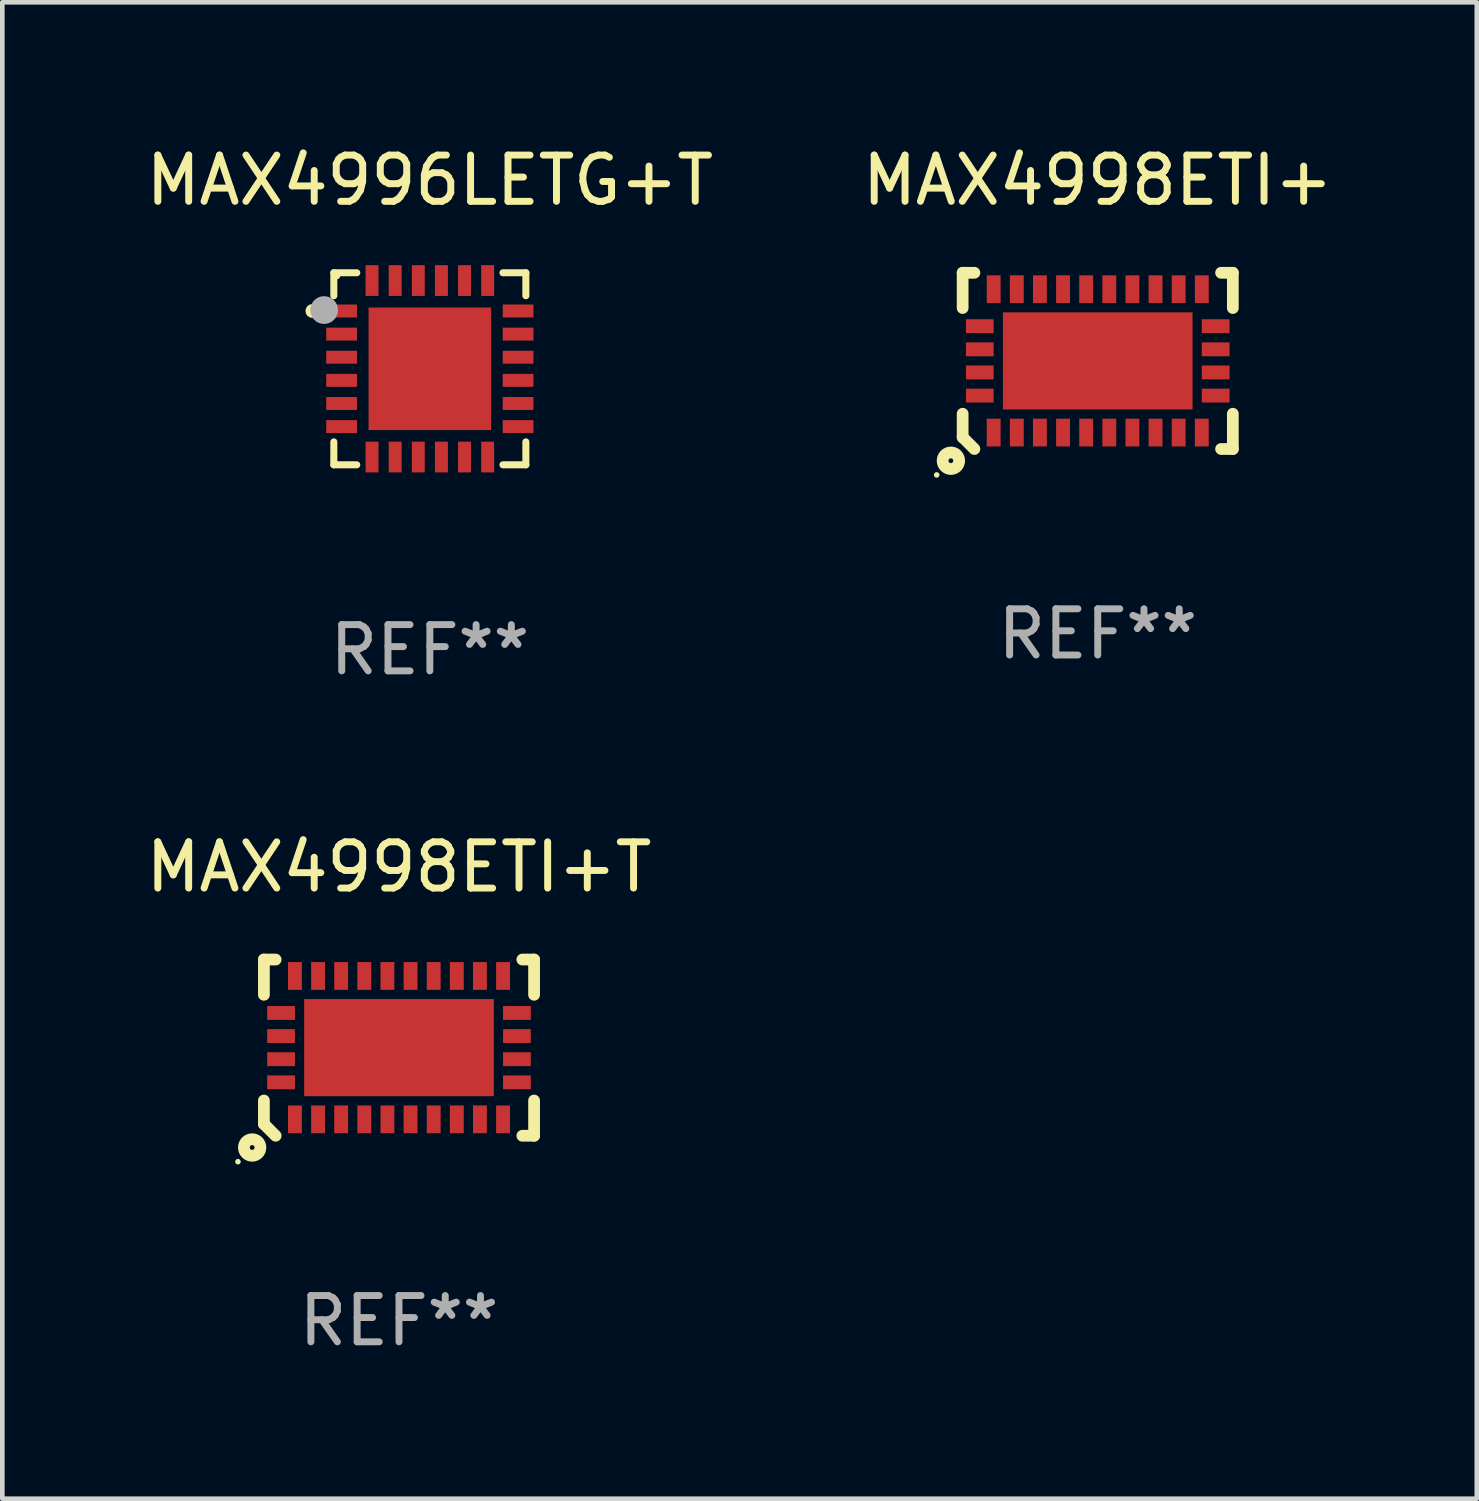
<source format=kicad_pcb>
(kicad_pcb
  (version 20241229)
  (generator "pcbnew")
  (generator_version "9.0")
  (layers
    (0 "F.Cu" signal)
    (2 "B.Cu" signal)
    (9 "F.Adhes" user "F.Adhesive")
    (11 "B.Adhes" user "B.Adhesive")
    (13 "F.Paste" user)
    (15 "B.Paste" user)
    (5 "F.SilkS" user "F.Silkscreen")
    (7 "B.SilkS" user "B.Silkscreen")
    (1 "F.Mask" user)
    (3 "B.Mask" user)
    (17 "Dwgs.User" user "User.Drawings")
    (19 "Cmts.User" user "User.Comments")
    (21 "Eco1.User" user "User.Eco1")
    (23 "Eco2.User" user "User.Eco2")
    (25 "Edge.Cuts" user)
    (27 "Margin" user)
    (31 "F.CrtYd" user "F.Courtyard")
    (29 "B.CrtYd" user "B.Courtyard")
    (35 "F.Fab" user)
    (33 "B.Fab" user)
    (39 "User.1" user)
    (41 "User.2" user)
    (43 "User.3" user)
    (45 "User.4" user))
  (footprint "MAX4998ETI+T"
    (layer "F.Cu")
    (at 5.577 19.602)
    (property "Reference" "MAX4998ETI+T" (at 0 -3.905 0) (layer "F.SilkS") (effects (font (size 1 1) (thickness 0.15))))
    (attr through_hole)
    (fp_line (start -2.921 -1.905) (end -2.667 -1.905) (stroke (width 0.254) (type solid)) (layer "F.SilkS"))
    (fp_line (start -2.921 -1.143) (end -2.921 -1.905) (stroke (width 0.254) (type solid)) (layer "F.SilkS"))
    (fp_line (start -2.921 1.143) (end -2.921 1.651) (stroke (width 0.254) (type solid)) (layer "F.SilkS"))
    (fp_line (start -2.921 1.651) (end -2.667 1.905) (stroke (width 0.254) (type solid)) (layer "F.SilkS"))
    (fp_line (start 2.667 -1.905) (end 2.921 -1.905) (stroke (width 0.254) (type solid)) (layer "F.SilkS"))
    (fp_line (start 2.921 -1.905) (end 2.921 -1.143) (stroke (width 0.254) (type solid)) (layer "F.SilkS"))
    (fp_line (start 2.921 1.143) (end 2.921 1.905) (stroke (width 0.254) (type solid)) (layer "F.SilkS"))
    (fp_line (start 2.921 1.905) (end 2.667 1.905) (stroke (width 0.254) (type solid)) (layer "F.SilkS"))
    (fp_circle (center -3.482 2.466) (end -3.452 2.466) (stroke (width 0.06) (type solid)) (fill no) (layer "F.SilkS"))
    (fp_circle (center -3.175 2.159) (end -2.996 2.159) (stroke (width 0.254) (type solid)) (fill no) (layer "F.SilkS"))
    (fp_text user "REF**" (at 0 5.905 0) (layer "F.Fab") (effects (font (size 1 1) (thickness 0.15))))
    (pad "1" smd rect (at -2.25 1.55) (size 0.3 0.6) (layers "F.Cu" "F.Mask" "F.Paste"))
    (pad "2" smd rect (at -1.75 1.55) (size 0.3 0.6) (layers "F.Cu" "F.Mask" "F.Paste"))
    (pad "3" smd rect (at -1.25 1.55) (size 0.3 0.6) (layers "F.Cu" "F.Mask" "F.Paste"))
    (pad "4" smd rect (at -0.75 1.55) (size 0.3 0.6) (layers "F.Cu" "F.Mask" "F.Paste"))
    (pad "5" smd rect (at -0.25 1.55) (size 0.3 0.6) (layers "F.Cu" "F.Mask" "F.Paste"))
    (pad "6" smd rect (at 0.25 1.55) (size 0.3 0.6) (layers "F.Cu" "F.Mask" "F.Paste"))
    (pad "7" smd rect (at 0.75 1.55) (size 0.3 0.6) (layers "F.Cu" "F.Mask" "F.Paste"))
    (pad "8" smd rect (at 1.25 1.55) (size 0.3 0.6) (layers "F.Cu" "F.Mask" "F.Paste"))
    (pad "9" smd rect (at 1.75 1.55) (size 0.3 0.6) (layers "F.Cu" "F.Mask" "F.Paste"))
    (pad "10" smd rect (at 2.25 1.55) (size 0.3 0.6) (layers "F.Cu" "F.Mask" "F.Paste"))
    (pad "11" smd rect (at 2.55 0.75 90) (size 0.3 0.6) (layers "F.Cu" "F.Mask" "F.Paste"))
    (pad "12" smd rect (at 2.55 0.25 90) (size 0.3 0.6) (layers "F.Cu" "F.Mask" "F.Paste"))
    (pad "13" smd rect (at 2.55 -0.25 90) (size 0.3 0.6) (layers "F.Cu" "F.Mask" "F.Paste"))
    (pad "14" smd rect (at 2.55 -0.75 90) (size 0.3 0.6) (layers "F.Cu" "F.Mask" "F.Paste"))
    (pad "15" smd rect (at 2.25 -1.55) (size 0.3 0.6) (layers "F.Cu" "F.Mask" "F.Paste"))
    (pad "16" smd rect (at 1.75 -1.55) (size 0.3 0.6) (layers "F.Cu" "F.Mask" "F.Paste"))
    (pad "17" smd rect (at 1.25 -1.55) (size 0.3 0.6) (layers "F.Cu" "F.Mask" "F.Paste"))
    (pad "18" smd rect (at 0.75 -1.55) (size 0.3 0.6) (layers "F.Cu" "F.Mask" "F.Paste"))
    (pad "19" smd rect (at 0.25 -1.55) (size 0.3 0.6) (layers "F.Cu" "F.Mask" "F.Paste"))
    (pad "20" smd rect (at -0.25 -1.55) (size 0.3 0.6) (layers "F.Cu" "F.Mask" "F.Paste"))
    (pad "21" smd rect (at -0.75 -1.55) (size 0.3 0.6) (layers "F.Cu" "F.Mask" "F.Paste"))
    (pad "22" smd rect (at -1.25 -1.55) (size 0.3 0.6) (layers "F.Cu" "F.Mask" "F.Paste"))
    (pad "23" smd rect (at -1.75 -1.55) (size 0.3 0.6) (layers "F.Cu" "F.Mask" "F.Paste"))
    (pad "24" smd rect (at -2.25 -1.55) (size 0.3 0.6) (layers "F.Cu" "F.Mask" "F.Paste"))
    (pad "25" smd rect (at -2.55 -0.75 270) (size 0.3 0.6) (layers "F.Cu" "F.Mask" "F.Paste"))
    (pad "26" smd rect (at -2.55 -0.25 270) (size 0.3 0.6) (layers "F.Cu" "F.Mask" "F.Paste"))
    (pad "27" smd rect (at -2.55 0.25 270) (size 0.3 0.6) (layers "F.Cu" "F.Mask" "F.Paste"))
    (pad "28" smd rect (at -2.55 0.75 270) (size 0.3 0.6) (layers "F.Cu" "F.Mask" "F.Paste"))
    (pad "29" smd rect (at -0.000076 0.000102 270) (size 2.1 4.1) (layers "F.Cu" "F.Mask" "F.Paste")))
  (footprint "MAX4998ETI+"
    (layer "F.Cu")
    (at 20.685 4.753)
    (property "Reference" "MAX4998ETI+" (at 0 -3.905 0) (layer "F.SilkS") (effects (font (size 1 1) (thickness 0.15))))
    (attr through_hole)
    (fp_line (start -2.921 -1.905) (end -2.667 -1.905) (stroke (width 0.254) (type solid)) (layer "F.SilkS"))
    (fp_line (start -2.921 -1.143) (end -2.921 -1.905) (stroke (width 0.254) (type solid)) (layer "F.SilkS"))
    (fp_line (start -2.921 1.143) (end -2.921 1.651) (stroke (width 0.254) (type solid)) (layer "F.SilkS"))
    (fp_line (start -2.921 1.651) (end -2.667 1.905) (stroke (width 0.254) (type solid)) (layer "F.SilkS"))
    (fp_line (start 2.667 -1.905) (end 2.921 -1.905) (stroke (width 0.254) (type solid)) (layer "F.SilkS"))
    (fp_line (start 2.921 -1.905) (end 2.921 -1.143) (stroke (width 0.254) (type solid)) (layer "F.SilkS"))
    (fp_line (start 2.921 1.143) (end 2.921 1.905) (stroke (width 0.254) (type solid)) (layer "F.SilkS"))
    (fp_line (start 2.921 1.905) (end 2.667 1.905) (stroke (width 0.254) (type solid)) (layer "F.SilkS"))
    (fp_circle (center -3.482 2.466) (end -3.452 2.466) (stroke (width 0.06) (type solid)) (fill no) (layer "F.SilkS"))
    (fp_circle (center -3.175 2.159) (end -2.996 2.159) (stroke (width 0.254) (type solid)) (fill no) (layer "F.SilkS"))
    (fp_text user "REF**" (at 0 5.905 0) (layer "F.Fab") (effects (font (size 1 1) (thickness 0.15))))
    (pad "1" smd rect (at -2.25 1.55) (size 0.3 0.6) (layers "F.Cu" "F.Mask" "F.Paste"))
    (pad "2" smd rect (at -1.75 1.55) (size 0.3 0.6) (layers "F.Cu" "F.Mask" "F.Paste"))
    (pad "3" smd rect (at -1.25 1.55) (size 0.3 0.6) (layers "F.Cu" "F.Mask" "F.Paste"))
    (pad "4" smd rect (at -0.75 1.55) (size 0.3 0.6) (layers "F.Cu" "F.Mask" "F.Paste"))
    (pad "5" smd rect (at -0.25 1.55) (size 0.3 0.6) (layers "F.Cu" "F.Mask" "F.Paste"))
    (pad "6" smd rect (at 0.25 1.55) (size 0.3 0.6) (layers "F.Cu" "F.Mask" "F.Paste"))
    (pad "7" smd rect (at 0.75 1.55) (size 0.3 0.6) (layers "F.Cu" "F.Mask" "F.Paste"))
    (pad "8" smd rect (at 1.25 1.55) (size 0.3 0.6) (layers "F.Cu" "F.Mask" "F.Paste"))
    (pad "9" smd rect (at 1.75 1.55) (size 0.3 0.6) (layers "F.Cu" "F.Mask" "F.Paste"))
    (pad "10" smd rect (at 2.25 1.55) (size 0.3 0.6) (layers "F.Cu" "F.Mask" "F.Paste"))
    (pad "11" smd rect (at 2.55 0.75 90) (size 0.3 0.6) (layers "F.Cu" "F.Mask" "F.Paste"))
    (pad "12" smd rect (at 2.55 0.25 90) (size 0.3 0.6) (layers "F.Cu" "F.Mask" "F.Paste"))
    (pad "13" smd rect (at 2.55 -0.25 90) (size 0.3 0.6) (layers "F.Cu" "F.Mask" "F.Paste"))
    (pad "14" smd rect (at 2.55 -0.75 90) (size 0.3 0.6) (layers "F.Cu" "F.Mask" "F.Paste"))
    (pad "15" smd rect (at 2.25 -1.55) (size 0.3 0.6) (layers "F.Cu" "F.Mask" "F.Paste"))
    (pad "16" smd rect (at 1.75 -1.55) (size 0.3 0.6) (layers "F.Cu" "F.Mask" "F.Paste"))
    (pad "17" smd rect (at 1.25 -1.55) (size 0.3 0.6) (layers "F.Cu" "F.Mask" "F.Paste"))
    (pad "18" smd rect (at 0.75 -1.55) (size 0.3 0.6) (layers "F.Cu" "F.Mask" "F.Paste"))
    (pad "19" smd rect (at 0.25 -1.55) (size 0.3 0.6) (layers "F.Cu" "F.Mask" "F.Paste"))
    (pad "20" smd rect (at -0.25 -1.55) (size 0.3 0.6) (layers "F.Cu" "F.Mask" "F.Paste"))
    (pad "21" smd rect (at -0.75 -1.55) (size 0.3 0.6) (layers "F.Cu" "F.Mask" "F.Paste"))
    (pad "22" smd rect (at -1.25 -1.55) (size 0.3 0.6) (layers "F.Cu" "F.Mask" "F.Paste"))
    (pad "23" smd rect (at -1.75 -1.55) (size 0.3 0.6) (layers "F.Cu" "F.Mask" "F.Paste"))
    (pad "24" smd rect (at -2.25 -1.55) (size 0.3 0.6) (layers "F.Cu" "F.Mask" "F.Paste"))
    (pad "25" smd rect (at -2.55 -0.75 270) (size 0.3 0.6) (layers "F.Cu" "F.Mask" "F.Paste"))
    (pad "26" smd rect (at -2.55 -0.25 270) (size 0.3 0.6) (layers "F.Cu" "F.Mask" "F.Paste"))
    (pad "27" smd rect (at -2.55 0.25 270) (size 0.3 0.6) (layers "F.Cu" "F.Mask" "F.Paste"))
    (pad "28" smd rect (at -2.55 0.75 270) (size 0.3 0.6) (layers "F.Cu" "F.Mask" "F.Paste"))
    (pad "29" smd rect (at -0.000076 0.000102 270) (size 2.1 4.1) (layers "F.Cu" "F.Mask" "F.Paste")))
  (footprint "MAX4996LETG+T"
    (layer "F.Cu")
    (at 6.244 4.924)
    (property "Reference" "MAX4996LETG+T" (at 0 -4.076 0) (layer "F.SilkS") (effects (font (size 1 1) (thickness 0.15))))
    (attr through_hole)
    (fp_line (start -2.076 -2.076) (end -2.076 -1.58) (stroke (width 0.152) (type solid)) (layer "F.SilkS"))
    (fp_line (start -2.076 2.076) (end -2.076 1.58) (stroke (width 0.152) (type solid)) (layer "F.SilkS"))
    (fp_line (start -1.58 -2.076) (end -2.076 -2.076) (stroke (width 0.152) (type solid)) (layer "F.SilkS"))
    (fp_line (start -1.58 2.076) (end -2.076 2.076) (stroke (width 0.152) (type solid)) (layer "F.SilkS"))
    (fp_line (start 1.58 -2.076) (end 2.076 -2.076) (stroke (width 0.152) (type solid)) (layer "F.SilkS"))
    (fp_line (start 1.58 2.076) (end 2.076 2.076) (stroke (width 0.152) (type solid)) (layer "F.SilkS"))
    (fp_line (start 2.076 -2.076) (end 2.076 -1.58) (stroke (width 0.152) (type solid)) (layer "F.SilkS"))
    (fp_line (start 2.076 2.076) (end 2.076 1.58) (stroke (width 0.152) (type solid)) (layer "F.SilkS"))
    (fp_circle (center -2.54 -1.25) (end -2.465 -1.25) (stroke (width 0.15) (type solid)) (fill no) (layer "F.SilkS"))
    (fp_circle (center -2 -2) (end -1.97 -2) (stroke (width 0.06) (type solid)) (fill no) (layer "F.SilkS"))
    (fp_circle (center -2.286 -1.27) (end -2.136 -1.27) (stroke (width 0.3) (type solid)) (fill no) (layer "F.Fab"))
    (fp_text user "REF**" (at 0 6.076 0) (layer "F.Fab") (effects (font (size 1 1) (thickness 0.15))))
    (pad "1" smd rect (at -1.908 -1.25) (size 0.665 0.28) (layers "F.Cu" "F.Mask" "F.Paste"))
    (pad "2" smd rect (at -1.908 -0.75) (size 0.665 0.28) (layers "F.Cu" "F.Mask" "F.Paste"))
    (pad "3" smd rect (at -1.908 -0.25) (size 0.665 0.28) (layers "F.Cu" "F.Mask" "F.Paste"))
    (pad "4" smd rect (at -1.908 0.25) (size 0.665 0.28) (layers "F.Cu" "F.Mask" "F.Paste"))
    (pad "5" smd rect (at -1.908 0.75) (size 0.665 0.28) (layers "F.Cu" "F.Mask" "F.Paste"))
    (pad "6" smd rect (at -1.908 1.25) (size 0.665 0.28) (layers "F.Cu" "F.Mask" "F.Paste"))
    (pad "7" smd rect (at -1.25 1.908) (size 0.28 0.665) (layers "F.Cu" "F.Mask" "F.Paste"))
    (pad "8" smd rect (at -0.75 1.908) (size 0.28 0.665) (layers "F.Cu" "F.Mask" "F.Paste"))
    (pad "9" smd rect (at -0.25 1.908) (size 0.28 0.665) (layers "F.Cu" "F.Mask" "F.Paste"))
    (pad "10" smd rect (at 0.25 1.908) (size 0.28 0.665) (layers "F.Cu" "F.Mask" "F.Paste"))
    (pad "11" smd rect (at 0.75 1.908) (size 0.28 0.665) (layers "F.Cu" "F.Mask" "F.Paste"))
    (pad "12" smd rect (at 1.25 1.908) (size 0.28 0.665) (layers "F.Cu" "F.Mask" "F.Paste"))
    (pad "13" smd rect (at 1.908 1.25) (size 0.665 0.28) (layers "F.Cu" "F.Mask" "F.Paste"))
    (pad "14" smd rect (at 1.908 0.75) (size 0.665 0.28) (layers "F.Cu" "F.Mask" "F.Paste"))
    (pad "15" smd rect (at 1.908 0.25) (size 0.665 0.28) (layers "F.Cu" "F.Mask" "F.Paste"))
    (pad "16" smd rect (at 1.908 -0.25) (size 0.665 0.28) (layers "F.Cu" "F.Mask" "F.Paste"))
    (pad "17" smd rect (at 1.908 -0.75) (size 0.665 0.28) (layers "F.Cu" "F.Mask" "F.Paste"))
    (pad "18" smd rect (at 1.908 -1.25) (size 0.665 0.28) (layers "F.Cu" "F.Mask" "F.Paste"))
    (pad "19" smd rect (at 1.25 -1.908) (size 0.28 0.665) (layers "F.Cu" "F.Mask" "F.Paste"))
    (pad "20" smd rect (at 0.75 -1.908) (size 0.28 0.665) (layers "F.Cu" "F.Mask" "F.Paste"))
    (pad "21" smd rect (at 0.25 -1.908) (size 0.28 0.665) (layers "F.Cu" "F.Mask" "F.Paste"))
    (pad "22" smd rect (at -0.25 -1.908) (size 0.28 0.665) (layers "F.Cu" "F.Mask" "F.Paste"))
    (pad "23" smd rect (at -0.75 -1.908) (size 0.28 0.665) (layers "F.Cu" "F.Mask" "F.Paste"))
    (pad "24" smd rect (at -1.25 -1.908) (size 0.28 0.665) (layers "F.Cu" "F.Mask" "F.Paste"))
    (pad "25" smd rect (at 0 0) (size 2.65 2.65) (layers "F.Cu" "F.Mask" "F.Paste")))
  (gr_rect
    (start -3 -3)
    (end 28.881 29.355)
    (stroke (width 0.1) (type default))
    (fill no)
    (layer "Edge.Cuts")))
</source>
